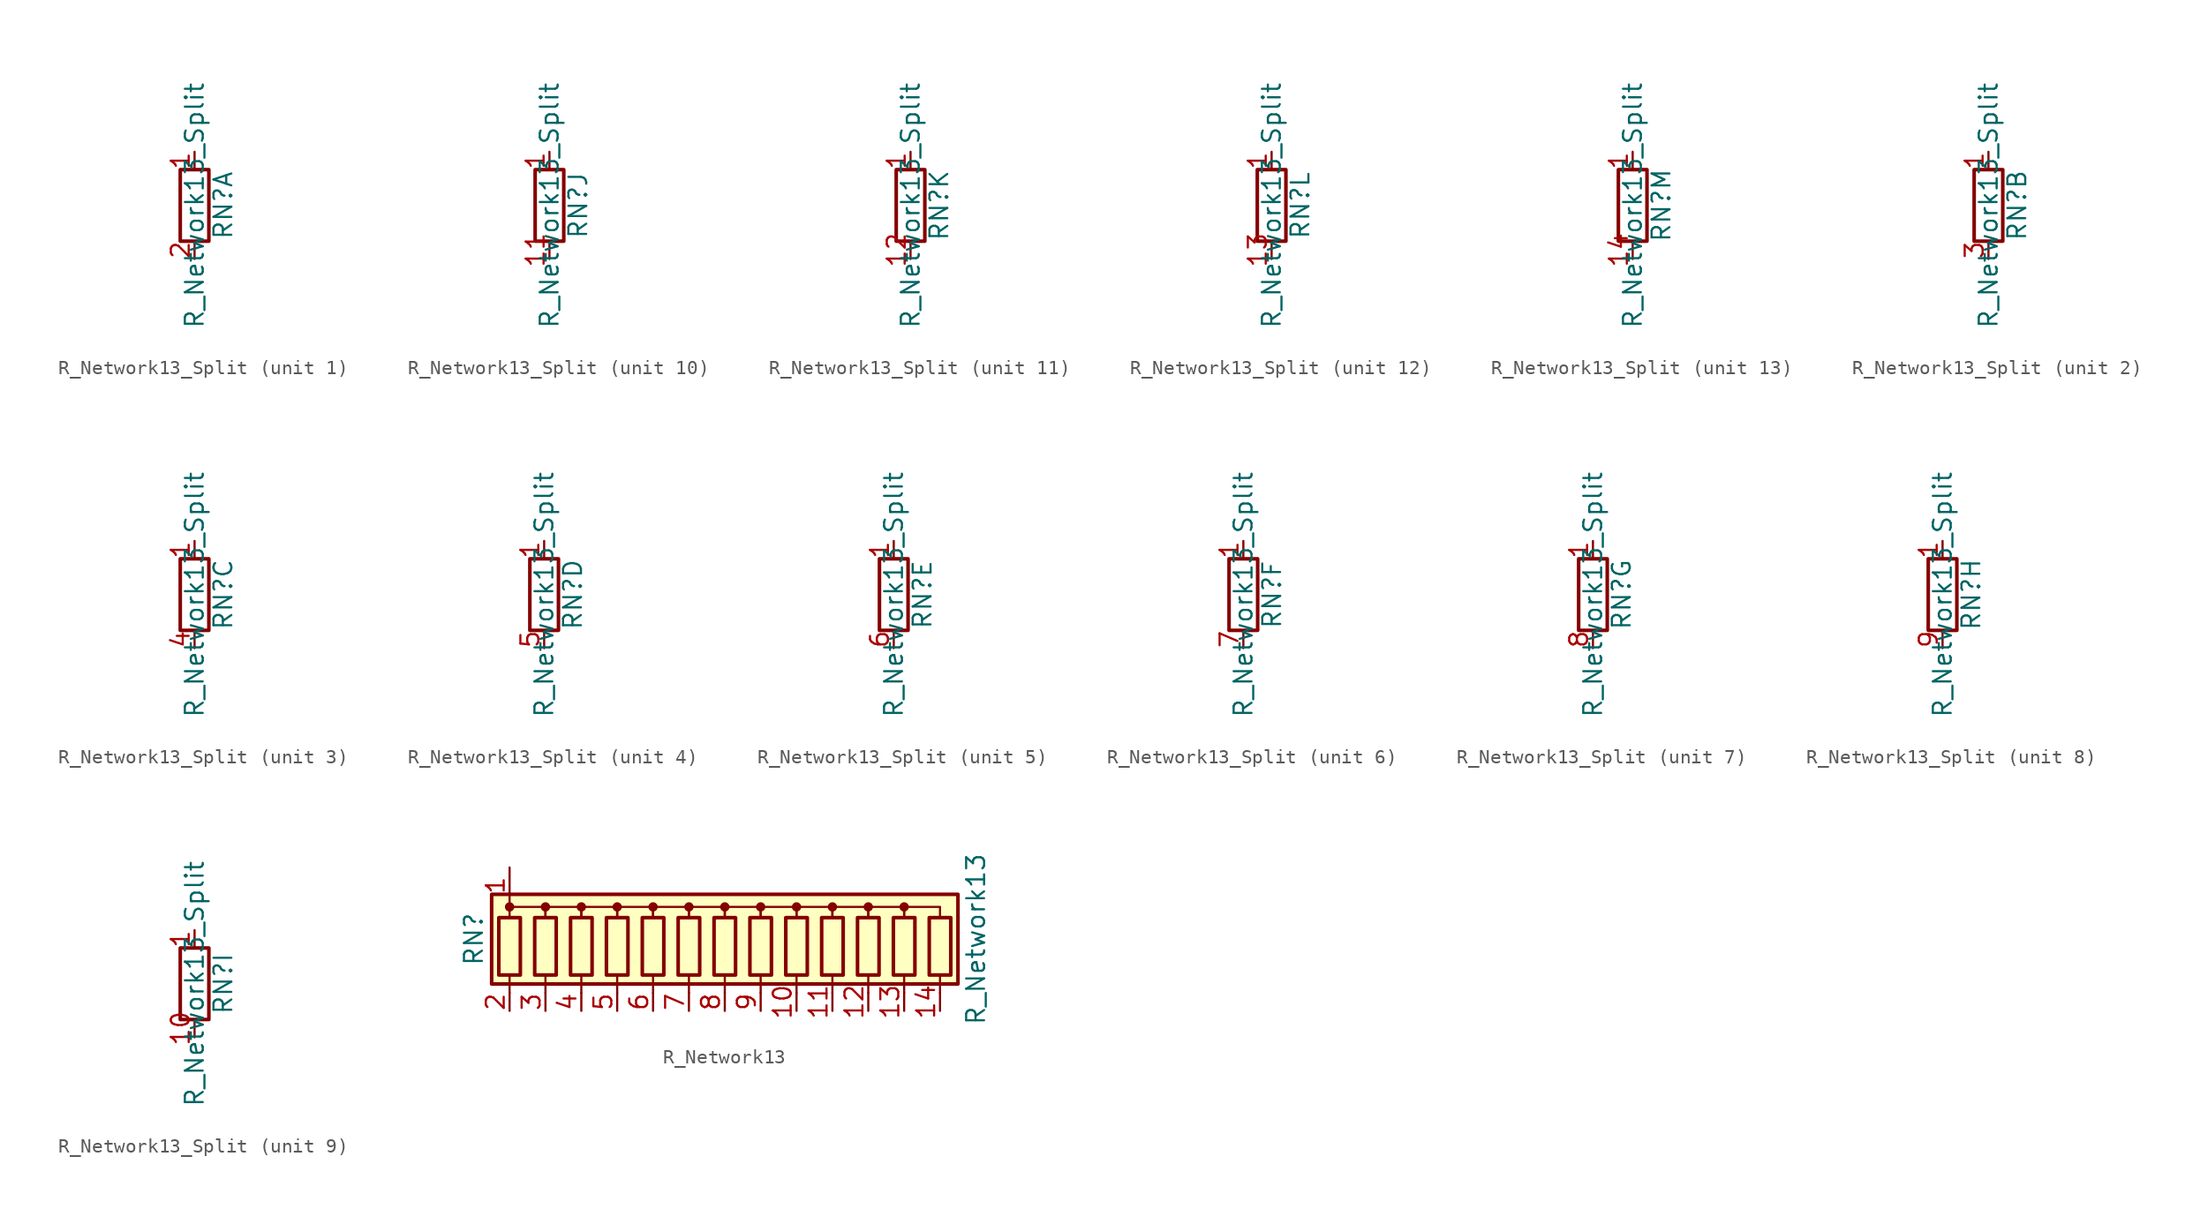
<source format=kicad_sym>
(kicad_symbol_lib
  (version 20241209)
  (generator "kicad_symbol_editor")
  (generator_version "9.0")
  (symbol "R_Network13_Split"
    (pin_names
      (offset 0)
      (hide yes))
    (property "Reference" "RN"
      (at 2.032 0 90)
      (effects (font (size 1.27 1.27))))
    (property "Value" "R_Network13_Split"
      (at 0 0 90)
      (effects (font (size 1.27 1.27))))
    (symbol "R_Network13_Split_0_1"
      (rectangle (start 1.016 2.54) (end -1.016 -2.54) (stroke (width 0.254) (type default)) (fill (type none)))
      (pin passive line (at 0 3.81 270) (length 1.27) (name "R1" (effects (font (size 1.27 1.27)))) (number "1" (effects (font (size 1.27 1.27))))))
    (symbol "R_Network13_Split_1_1"
      (pin passive line (at 0 -3.81 90) (length 1.27) (name "R1.2" (effects (font (size 1.27 1.27)))) (number "2" (effects (font (size 1.27 1.27))))))
    (symbol "R_Network13_Split_2_1"
      (pin passive line (at 0 -3.81 90) (length 1.27) (name "R2.2" (effects (font (size 1.27 1.27)))) (number "3" (effects (font (size 1.27 1.27))))))
    (symbol "R_Network13_Split_3_1"
      (pin passive line (at 0 -3.81 90) (length 1.27) (name "R3.2" (effects (font (size 1.27 1.27)))) (number "4" (effects (font (size 1.27 1.27))))))
    (symbol "R_Network13_Split_4_1"
      (pin passive line (at 0 -3.81 90) (length 1.27) (name "R4.2" (effects (font (size 1.27 1.27)))) (number "5" (effects (font (size 1.27 1.27))))))
    (symbol "R_Network13_Split_5_1"
      (pin passive line (at 0 -3.81 90) (length 1.27) (name "R5.2" (effects (font (size 1.27 1.27)))) (number "6" (effects (font (size 1.27 1.27))))))
    (symbol "R_Network13_Split_6_1"
      (pin passive line (at 0 -3.81 90) (length 1.27) (name "R6.2" (effects (font (size 1.27 1.27)))) (number "7" (effects (font (size 1.27 1.27))))))
    (symbol "R_Network13_Split_7_1"
      (pin passive line (at 0 -3.81 90) (length 1.27) (name "R7.2" (effects (font (size 1.27 1.27)))) (number "8" (effects (font (size 1.27 1.27))))))
    (symbol "R_Network13_Split_8_1"
      (pin passive line (at 0 -3.81 90) (length 1.27) (name "R8.2" (effects (font (size 1.27 1.27)))) (number "9" (effects (font (size 1.27 1.27))))))
    (symbol "R_Network13_Split_9_1"
      (pin passive line (at 0 -3.81 90) (length 1.27) (name "R9.2" (effects (font (size 1.27 1.27)))) (number "10" (effects (font (size 1.27 1.27))))))
    (symbol "R_Network13_Split_10_1"
      (pin passive line (at 0 -3.81 90) (length 1.27) (name "R10.2" (effects (font (size 1.27 1.27)))) (number "11" (effects (font (size 1.27 1.27))))))
    (symbol "R_Network13_Split_11_1"
      (pin passive line (at 0 -3.81 90) (length 1.27) (name "R11.2" (effects (font (size 1.27 1.27)))) (number "12" (effects (font (size 1.27 1.27))))))
    (symbol "R_Network13_Split_12_1"
      (pin passive line (at 0 -3.81 90) (length 1.27) (name "R12.2" (effects (font (size 1.27 1.27)))) (number "13" (effects (font (size 1.27 1.27))))))
    (symbol "R_Network13_Split_13_1"
      (pin passive line (at 0 -3.81 90) (length 1.27) (name "R13.2" (effects (font (size 1.27 1.27)))) (number "14" (effects (font (size 1.27 1.27)))))))
  (symbol "R_Network13"
    (pin_names
      (offset 0)
      (hide yes))
    (property "Reference" "RN"
      (at -17.78 0 90)
      (effects (font (size 1.27 1.27))))
    (property "Value" "R_Network13"
      (at 17.78 0 90)
      (effects (font (size 1.27 1.27))))
    (symbol "R_Network13_0_1"
      (rectangle (start -16.51 -3.175) (end 16.51 3.175) (stroke (width 0.254) (type default)) (fill (type background)))
      (rectangle (start -16.002 1.524) (end -14.478 -2.54) (stroke (width 0.254) (type default)) (fill (type none)))
      (circle (center -15.24 2.286) (radius 0.254) (stroke (width 0) (type default)) (fill (type outline)))
      (polyline (pts (xy -15.24 1.524) (xy -15.24 2.286) (xy -12.7 2.286) (xy -12.7 1.524)) (stroke (width 0) (type default)) (fill (type none)))
      (polyline (pts (xy -15.24 -2.54) (xy -15.24 -3.81)) (stroke (width 0) (type default)) (fill (type none)))
      (rectangle (start -13.462 1.524) (end -11.938 -2.54) (stroke (width 0.254) (type default)) (fill (type none)))
      (circle (center -12.7 2.286) (radius 0.254) (stroke (width 0) (type default)) (fill (type outline)))
      (polyline (pts (xy -12.7 1.524) (xy -12.7 2.286) (xy -10.16 2.286) (xy -10.16 1.524)) (stroke (width 0) (type default)) (fill (type none)))
      (polyline (pts (xy -12.7 -2.54) (xy -12.7 -3.81)) (stroke (width 0) (type default)) (fill (type none)))
      (rectangle (start -10.922 1.524) (end -9.398 -2.54) (stroke (width 0.254) (type default)) (fill (type none)))
      (circle (center -10.16 2.286) (radius 0.254) (stroke (width 0) (type default)) (fill (type outline)))
      (polyline (pts (xy -10.16 1.524) (xy -10.16 2.286) (xy -7.62 2.286) (xy -7.62 1.524)) (stroke (width 0) (type default)) (fill (type none)))
      (polyline (pts (xy -10.16 -2.54) (xy -10.16 -3.81)) (stroke (width 0) (type default)) (fill (type none)))
      (rectangle (start -8.382 1.524) (end -6.858 -2.54) (stroke (width 0.254) (type default)) (fill (type none)))
      (circle (center -7.62 2.286) (radius 0.254) (stroke (width 0) (type default)) (fill (type outline)))
      (polyline (pts (xy -7.62 1.524) (xy -7.62 2.286) (xy -5.08 2.286) (xy -5.08 1.524)) (stroke (width 0) (type default)) (fill (type none)))
      (polyline (pts (xy -7.62 -2.54) (xy -7.62 -3.81)) (stroke (width 0) (type default)) (fill (type none)))
      (rectangle (start -5.842 1.524) (end -4.318 -2.54) (stroke (width 0.254) (type default)) (fill (type none)))
      (circle (center -5.08 2.286) (radius 0.254) (stroke (width 0) (type default)) (fill (type outline)))
      (polyline (pts (xy -5.08 1.524) (xy -5.08 2.286) (xy -2.54 2.286) (xy -2.54 1.524)) (stroke (width 0) (type default)) (fill (type none)))
      (polyline (pts (xy -5.08 -2.54) (xy -5.08 -3.81)) (stroke (width 0) (type default)) (fill (type none)))
      (rectangle (start -3.302 1.524) (end -1.778 -2.54) (stroke (width 0.254) (type default)) (fill (type none)))
      (circle (center -2.54 2.286) (radius 0.254) (stroke (width 0) (type default)) (fill (type outline)))
      (polyline (pts (xy -2.54 1.524) (xy -2.54 2.286) (xy 0 2.286) (xy 0 1.524)) (stroke (width 0) (type default)) (fill (type none)))
      (polyline (pts (xy -2.54 -2.54) (xy -2.54 -3.81)) (stroke (width 0) (type default)) (fill (type none)))
      (rectangle (start -0.762 1.524) (end 0.762 -2.54) (stroke (width 0.254) (type default)) (fill (type none)))
      (circle (center 0 2.286) (radius 0.254) (stroke (width 0) (type default)) (fill (type outline)))
      (polyline (pts (xy 0 1.524) (xy 0 2.286) (xy 2.54 2.286) (xy 2.54 1.524)) (stroke (width 0) (type default)) (fill (type none)))
      (polyline (pts (xy 0 -2.54) (xy 0 -3.81)) (stroke (width 0) (type default)) (fill (type none)))
      (rectangle (start 1.778 1.524) (end 3.302 -2.54) (stroke (width 0.254) (type default)) (fill (type none)))
      (circle (center 2.54 2.286) (radius 0.254) (stroke (width 0) (type default)) (fill (type outline)))
      (polyline (pts (xy 2.54 1.524) (xy 2.54 2.286) (xy 5.08 2.286) (xy 5.08 1.524)) (stroke (width 0) (type default)) (fill (type none)))
      (polyline (pts (xy 2.54 -2.54) (xy 2.54 -3.81)) (stroke (width 0) (type default)) (fill (type none)))
      (rectangle (start 4.318 1.524) (end 5.842 -2.54) (stroke (width 0.254) (type default)) (fill (type none)))
      (circle (center 5.08 2.286) (radius 0.254) (stroke (width 0) (type default)) (fill (type outline)))
      (polyline (pts (xy 5.08 1.524) (xy 5.08 2.286) (xy 7.62 2.286) (xy 7.62 1.524)) (stroke (width 0) (type default)) (fill (type none)))
      (polyline (pts (xy 5.08 -2.54) (xy 5.08 -3.81)) (stroke (width 0) (type default)) (fill (type none)))
      (rectangle (start 6.858 1.524) (end 8.382 -2.54) (stroke (width 0.254) (type default)) (fill (type none)))
      (circle (center 7.62 2.286) (radius 0.254) (stroke (width 0) (type default)) (fill (type outline)))
      (polyline (pts (xy 7.62 1.524) (xy 7.62 2.286) (xy 10.16 2.286) (xy 10.16 1.524)) (stroke (width 0) (type default)) (fill (type none)))
      (polyline (pts (xy 7.62 -2.54) (xy 7.62 -3.81)) (stroke (width 0) (type default)) (fill (type none)))
      (rectangle (start 9.398 1.524) (end 10.922 -2.54) (stroke (width 0.254) (type default)) (fill (type none)))
      (circle (center 10.16 2.286) (radius 0.254) (stroke (width 0) (type default)) (fill (type outline)))
      (polyline (pts (xy 10.16 1.524) (xy 10.16 2.286) (xy 12.7 2.286) (xy 12.7 1.524)) (stroke (width 0) (type default)) (fill (type none)))
      (polyline (pts (xy 10.16 -2.54) (xy 10.16 -3.81)) (stroke (width 0) (type default)) (fill (type none)))
      (rectangle (start 11.938 1.524) (end 13.462 -2.54) (stroke (width 0.254) (type default)) (fill (type none)))
      (circle (center 12.7 2.286) (radius 0.254) (stroke (width 0) (type default)) (fill (type outline)))
      (polyline (pts (xy 12.7 1.524) (xy 12.7 2.286) (xy 15.24 2.286) (xy 15.24 1.524)) (stroke (width 0) (type default)) (fill (type none)))
      (polyline (pts (xy 12.7 -2.54) (xy 12.7 -3.81)) (stroke (width 0) (type default)) (fill (type none)))
      (rectangle (start 14.478 1.524) (end 16.002 -2.54) (stroke (width 0.254) (type default)) (fill (type none)))
      (polyline (pts (xy 15.24 -2.54) (xy 15.24 -3.81)) (stroke (width 0) (type default)) (fill (type none))))
    (symbol "R_Network13_1_1"
      (pin passive line (at -15.24 5.08 270) (length 2.54) (name "common" (effects (font (size 1.27 1.27)))) (number "1" (effects (font (size 1.27 1.27)))))
      (pin passive line (at -15.24 -5.08 90) (length 1.27) (name "R1" (effects (font (size 1.27 1.27)))) (number "2" (effects (font (size 1.27 1.27)))))
      (pin passive line (at -12.7 -5.08 90) (length 1.27) (name "R2" (effects (font (size 1.27 1.27)))) (number "3" (effects (font (size 1.27 1.27)))))
      (pin passive line (at -10.16 -5.08 90) (length 1.27) (name "R3" (effects (font (size 1.27 1.27)))) (number "4" (effects (font (size 1.27 1.27)))))
      (pin passive line (at -7.62 -5.08 90) (length 1.27) (name "R4" (effects (font (size 1.27 1.27)))) (number "5" (effects (font (size 1.27 1.27)))))
      (pin passive line (at -5.08 -5.08 90) (length 1.27) (name "R5" (effects (font (size 1.27 1.27)))) (number "6" (effects (font (size 1.27 1.27)))))
      (pin passive line (at -2.54 -5.08 90) (length 1.27) (name "R6" (effects (font (size 1.27 1.27)))) (number "7" (effects (font (size 1.27 1.27)))))
      (pin passive line (at 0 -5.08 90) (length 1.27) (name "R7" (effects (font (size 1.27 1.27)))) (number "8" (effects (font (size 1.27 1.27)))))
      (pin passive line (at 2.54 -5.08 90) (length 1.27) (name "R8" (effects (font (size 1.27 1.27)))) (number "9" (effects (font (size 1.27 1.27)))))
      (pin passive line (at 5.08 -5.08 90) (length 1.27) (name "R9" (effects (font (size 1.27 1.27)))) (number "10" (effects (font (size 1.27 1.27)))))
      (pin passive line (at 7.62 -5.08 90) (length 1.27) (name "R10" (effects (font (size 1.27 1.27)))) (number "11" (effects (font (size 1.27 1.27)))))
      (pin passive line (at 10.16 -5.08 90) (length 1.27) (name "R11" (effects (font (size 1.27 1.27)))) (number "12" (effects (font (size 1.27 1.27)))))
      (pin passive line (at 12.7 -5.08 90) (length 1.27) (name "R12" (effects (font (size 1.27 1.27)))) (number "13" (effects (font (size 1.27 1.27)))))
      (pin passive line (at 15.24 -5.08 90) (length 1.27) (name "R13" (effects (font (size 1.27 1.27)))) (number "14" (effects (font (size 1.27 1.27))))))))
</source>
